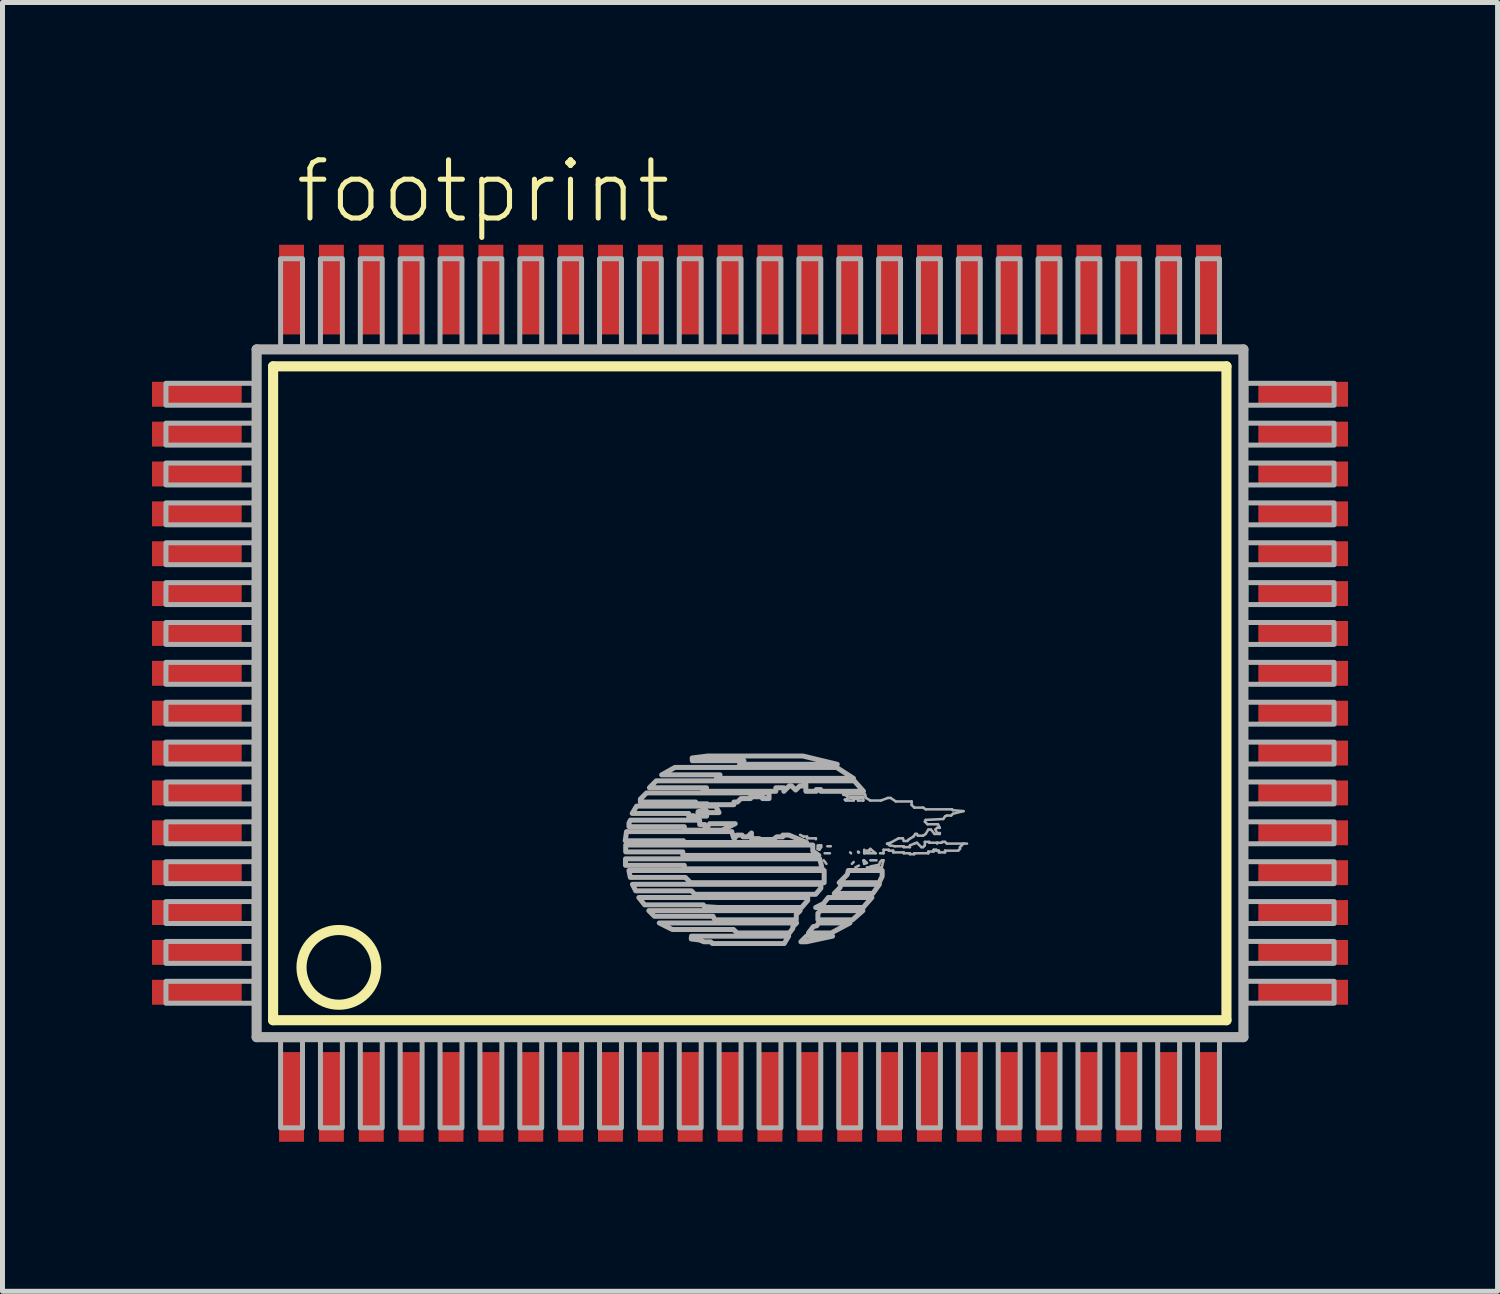
<source format=kicad_pcb>
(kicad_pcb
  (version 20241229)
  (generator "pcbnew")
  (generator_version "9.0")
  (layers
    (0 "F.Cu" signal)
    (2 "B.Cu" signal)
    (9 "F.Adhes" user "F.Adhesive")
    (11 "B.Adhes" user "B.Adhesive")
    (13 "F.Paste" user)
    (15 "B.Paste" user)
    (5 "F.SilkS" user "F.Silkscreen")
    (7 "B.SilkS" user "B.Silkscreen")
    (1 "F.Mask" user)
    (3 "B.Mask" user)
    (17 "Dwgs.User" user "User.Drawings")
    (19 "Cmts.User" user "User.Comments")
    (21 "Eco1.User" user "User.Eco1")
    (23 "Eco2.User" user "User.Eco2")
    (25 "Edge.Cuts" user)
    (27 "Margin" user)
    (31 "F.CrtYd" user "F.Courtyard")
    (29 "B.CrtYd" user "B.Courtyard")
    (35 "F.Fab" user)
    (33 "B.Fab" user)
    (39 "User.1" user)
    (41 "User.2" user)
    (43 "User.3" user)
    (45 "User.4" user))
  (footprint "footprint"
    (layer "F.Cu")
    (at 12 10.861)
    (property "Reference" "footprint" (at -9.176 -9.388 0) (layer "F.SilkS") (effects (font (size 1.168 1.168) (thickness 0.102)) (justify left bottom)))
    (fp_line (start -9.57 -6.56) (end 9.56 -6.56) (stroke (width 0.203) (type solid)) (layer "F.SilkS"))
    (fp_line (start -9.57 6.56) (end -9.57 -6.56) (stroke (width 0.203) (type solid)) (layer "F.SilkS"))
    (fp_line (start 9.56 -6.56) (end 9.56 6.56) (stroke (width 0.203) (type solid)) (layer "F.SilkS"))
    (fp_line (start 9.56 6.56) (end -9.57 6.56) (stroke (width 0.203) (type solid)) (layer "F.SilkS"))
    (fp_circle (center -8.25 5.5) (end -7.5 5.5) (stroke (width 0.203) (type solid)) (fill no) (layer "F.SilkS"))
    (fp_line (start -9.9 -6.9) (end -9.9 6.9) (stroke (width 0.203) (type solid)) (layer "F.Fab"))
    (fp_line (start -9.9 6.9) (end 9.9 6.9) (stroke (width 0.203) (type solid)) (layer "F.Fab"))
    (fp_line (start 1.075 2.876) (end 1.004 2.841) (stroke (width 0.051) (type solid)) (layer "F.Fab"))
    (fp_line (start 1.145 2.876) (end 1.075 2.876) (stroke (width 0.051) (type solid)) (layer "F.Fab"))
    (fp_line (start 1.145 2.911) (end 1.145 2.876) (stroke (width 0.051) (type solid)) (layer "F.Fab"))
    (fp_line (start 1.321 2.911) (end 1.145 2.911) (stroke (width 0.051) (type solid)) (layer "F.Fab"))
    (fp_line (start 1.321 2.929) (end 1.321 2.911) (stroke (width 0.051) (type solid)) (layer "F.Fab"))
    (fp_line (start 1.357 3.052) (end 1.357 3.123) (stroke (width 0.051) (type solid)) (layer "F.Fab"))
    (fp_line (start 1.357 3.123) (end 1.392 3.14) (stroke (width 0.051) (type solid)) (layer "F.Fab"))
    (fp_line (start 1.392 3.052) (end 1.392 3.07) (stroke (width 0.051) (type solid)) (layer "F.Fab"))
    (fp_line (start 1.392 3.14) (end 1.427 3.088) (stroke (width 0.051) (type solid)) (layer "F.Fab"))
    (fp_line (start 1.427 3.052) (end 1.392 3.052) (stroke (width 0.051) (type solid)) (layer "F.Fab"))
    (fp_line (start 1.427 3.088) (end 1.427 3.052) (stroke (width 0.051) (type solid)) (layer "F.Fab"))
    (fp_line (start 1.48 3.352) (end 1.533 3.423) (stroke (width 0.051) (type solid)) (layer "F.Fab"))
    (fp_line (start 1.498 3.211) (end 1.603 3.211) (stroke (width 0.051) (type solid)) (layer "F.Fab"))
    (fp_line (start 1.551 3.07) (end 1.621 3.07) (stroke (width 0.051) (type solid)) (layer "F.Fab"))
    (fp_line (start 1.868 2.03) (end 1.956 2.065) (stroke (width 0.051) (type solid)) (layer "F.Fab"))
    (fp_line (start 1.903 2.135) (end 1.921 2.153) (stroke (width 0.051) (type solid)) (layer "F.Fab"))
    (fp_line (start 1.921 2.153) (end 2.08 2.153) (stroke (width 0.051) (type solid)) (layer "F.Fab"))
    (fp_line (start 1.956 2.065) (end 1.956 2.118) (stroke (width 0.051) (type solid)) (layer "F.Fab"))
    (fp_line (start 1.956 2.118) (end 1.903 2.135) (stroke (width 0.051) (type solid)) (layer "F.Fab"))
    (fp_line (start 2.009 2.083) (end 2.009 2.1) (stroke (width 0.051) (type solid)) (layer "F.Fab"))
    (fp_line (start 2.009 2.1) (end 2.238 2.1) (stroke (width 0.051) (type solid)) (layer "F.Fab"))
    (fp_line (start 2.009 3.193) (end 2.027 3.211) (stroke (width 0.051) (type solid)) (layer "F.Fab"))
    (fp_line (start 2.08 2.118) (end 2.168 2.118) (stroke (width 0.051) (type solid)) (layer "F.Fab"))
    (fp_line (start 2.08 2.153) (end 2.08 2.118) (stroke (width 0.051) (type solid)) (layer "F.Fab"))
    (fp_line (start 2.08 3.387) (end 2.044 3.423) (stroke (width 0.051) (type solid)) (layer "F.Fab"))
    (fp_line (start 2.115 3.493) (end 2.185 3.458) (stroke (width 0.051) (type solid)) (layer "F.Fab"))
    (fp_line (start 2.168 2.118) (end 2.168 2.153) (stroke (width 0.051) (type solid)) (layer "F.Fab"))
    (fp_line (start 2.168 2.153) (end 2.273 2.153) (stroke (width 0.051) (type solid)) (layer "F.Fab"))
    (fp_line (start 2.168 3.176) (end 2.185 3.193) (stroke (width 0.051) (type solid)) (layer "F.Fab"))
    (fp_line (start 2.185 3.193) (end 2.168 3.193) (stroke (width 0.051) (type solid)) (layer "F.Fab"))
    (fp_line (start 2.273 2.083) (end 2.009 2.083) (stroke (width 0.051) (type solid)) (layer "F.Fab"))
    (fp_line (start 2.273 2.153) (end 2.273 2.083) (stroke (width 0.051) (type solid)) (layer "F.Fab"))
    (fp_line (start 2.273 3.352) (end 2.291 3.423) (stroke (width 0.051) (type solid)) (layer "F.Fab"))
    (fp_line (start 2.291 3.14) (end 2.291 3.211) (stroke (width 0.051) (type solid)) (layer "F.Fab"))
    (fp_line (start 2.291 3.211) (end 2.52 3.211) (stroke (width 0.051) (type solid)) (layer "F.Fab"))
    (fp_line (start 2.291 3.423) (end 2.344 3.405) (stroke (width 0.051) (type solid)) (layer "F.Fab"))
    (fp_line (start 2.309 2.03) (end 1.868 2.03) (stroke (width 0.051) (type solid)) (layer "F.Fab"))
    (fp_line (start 2.326 2.1) (end 2.309 2.03) (stroke (width 0.051) (type solid)) (layer "F.Fab"))
    (fp_line (start 2.344 3.405) (end 2.291 3.352) (stroke (width 0.051) (type solid)) (layer "F.Fab"))
    (fp_line (start 2.344 3.493) (end 2.644 3.493) (stroke (width 0.051) (type solid)) (layer "F.Fab"))
    (fp_line (start 2.397 3.14) (end 2.397 3.158) (stroke (width 0.051) (type solid)) (layer "F.Fab"))
    (fp_line (start 2.397 3.158) (end 2.326 3.158) (stroke (width 0.051) (type solid)) (layer "F.Fab"))
    (fp_line (start 2.415 2.153) (end 2.326 2.1) (stroke (width 0.051) (type solid)) (layer "F.Fab"))
    (fp_line (start 2.415 3.123) (end 2.397 3.14) (stroke (width 0.051) (type solid)) (layer "F.Fab"))
    (fp_line (start 2.415 3.352) (end 2.538 3.352) (stroke (width 0.051) (type solid)) (layer "F.Fab"))
    (fp_line (start 2.52 3.211) (end 2.415 3.123) (stroke (width 0.051) (type solid)) (layer "F.Fab"))
    (fp_line (start 2.591 3.44) (end 2.415 3.475) (stroke (width 0.051) (type solid)) (layer "F.Fab"))
    (fp_line (start 2.608 3.211) (end 2.679 3.211) (stroke (width 0.051) (type solid)) (layer "F.Fab"))
    (fp_line (start 2.608 3.387) (end 2.591 3.44) (stroke (width 0.051) (type solid)) (layer "F.Fab"))
    (fp_line (start 2.626 2.153) (end 2.415 2.153) (stroke (width 0.051) (type solid)) (layer "F.Fab"))
    (fp_line (start 2.644 3.352) (end 2.608 3.387) (stroke (width 0.051) (type solid)) (layer "F.Fab"))
    (fp_line (start 2.644 3.493) (end 2.679 3.352) (stroke (width 0.051) (type solid)) (layer "F.Fab"))
    (fp_line (start 2.679 3.14) (end 2.785 3.14) (stroke (width 0.051) (type solid)) (layer "F.Fab"))
    (fp_line (start 2.679 3.211) (end 2.679 3.14) (stroke (width 0.051) (type solid)) (layer "F.Fab"))
    (fp_line (start 2.679 3.352) (end 2.644 3.352) (stroke (width 0.051) (type solid)) (layer "F.Fab"))
    (fp_line (start 2.75 3.017) (end 2.82 2.999) (stroke (width 0.051) (type solid)) (layer "F.Fab"))
    (fp_line (start 2.767 2.1) (end 2.626 2.153) (stroke (width 0.051) (type solid)) (layer "F.Fab"))
    (fp_line (start 2.785 3.14) (end 2.785 3.158) (stroke (width 0.051) (type solid)) (layer "F.Fab"))
    (fp_line (start 2.785 3.158) (end 2.873 3.158) (stroke (width 0.051) (type solid)) (layer "F.Fab"))
    (fp_line (start 2.803 3.052) (end 2.75 3.017) (stroke (width 0.051) (type solid)) (layer "F.Fab"))
    (fp_line (start 2.82 2.1) (end 2.767 2.1) (stroke (width 0.051) (type solid)) (layer "F.Fab"))
    (fp_line (start 2.82 2.999) (end 2.979 2.911) (stroke (width 0.051) (type solid)) (layer "F.Fab"))
    (fp_line (start 2.873 3.158) (end 2.873 3.193) (stroke (width 0.051) (type solid)) (layer "F.Fab"))
    (fp_line (start 2.873 3.193) (end 3.085 3.193) (stroke (width 0.051) (type solid)) (layer "F.Fab"))
    (fp_line (start 2.908 3.07) (end 2.803 3.052) (stroke (width 0.051) (type solid)) (layer "F.Fab"))
    (fp_line (start 2.926 2.171) (end 2.82 2.1) (stroke (width 0.051) (type solid)) (layer "F.Fab"))
    (fp_line (start 2.979 2.911) (end 3.067 2.911) (stroke (width 0.051) (type solid)) (layer "F.Fab"))
    (fp_line (start 3.067 2.911) (end 3.085 2.964) (stroke (width 0.051) (type solid)) (layer "F.Fab"))
    (fp_line (start 3.085 2.964) (end 3.155 2.964) (stroke (width 0.051) (type solid)) (layer "F.Fab"))
    (fp_line (start 3.085 3.07) (end 2.908 3.07) (stroke (width 0.051) (type solid)) (layer "F.Fab"))
    (fp_line (start 3.085 3.088) (end 3.085 3.07) (stroke (width 0.051) (type solid)) (layer "F.Fab"))
    (fp_line (start 3.085 3.193) (end 3.085 3.211) (stroke (width 0.051) (type solid)) (layer "F.Fab"))
    (fp_line (start 3.085 3.211) (end 3.208 3.211) (stroke (width 0.051) (type solid)) (layer "F.Fab"))
    (fp_line (start 3.155 2.964) (end 3.19 2.929) (stroke (width 0.051) (type solid)) (layer "F.Fab"))
    (fp_line (start 3.19 2.929) (end 3.279 2.876) (stroke (width 0.051) (type solid)) (layer "F.Fab"))
    (fp_line (start 3.208 3.052) (end 3.208 3.088) (stroke (width 0.051) (type solid)) (layer "F.Fab"))
    (fp_line (start 3.208 3.088) (end 3.085 3.088) (stroke (width 0.051) (type solid)) (layer "F.Fab"))
    (fp_line (start 3.208 3.211) (end 3.208 3.229) (stroke (width 0.051) (type solid)) (layer "F.Fab"))
    (fp_line (start 3.208 3.229) (end 3.296 3.229) (stroke (width 0.051) (type solid)) (layer "F.Fab"))
    (fp_line (start 3.243 2.171) (end 2.926 2.171) (stroke (width 0.051) (type solid)) (layer "F.Fab"))
    (fp_line (start 3.243 2.241) (end 3.243 2.171) (stroke (width 0.051) (type solid)) (layer "F.Fab"))
    (fp_line (start 3.279 2.876) (end 3.314 2.823) (stroke (width 0.051) (type solid)) (layer "F.Fab"))
    (fp_line (start 3.296 2.294) (end 3.243 2.241) (stroke (width 0.051) (type solid)) (layer "F.Fab"))
    (fp_line (start 3.296 3.017) (end 3.208 3.052) (stroke (width 0.051) (type solid)) (layer "F.Fab"))
    (fp_line (start 3.296 3.211) (end 3.578 3.211) (stroke (width 0.051) (type solid)) (layer "F.Fab"))
    (fp_line (start 3.296 3.229) (end 3.296 3.211) (stroke (width 0.051) (type solid)) (layer "F.Fab"))
    (fp_line (start 3.314 2.823) (end 3.349 2.823) (stroke (width 0.051) (type solid)) (layer "F.Fab"))
    (fp_line (start 3.349 2.823) (end 3.367 2.858) (stroke (width 0.051) (type solid)) (layer "F.Fab"))
    (fp_line (start 3.349 2.999) (end 3.296 3.017) (stroke (width 0.051) (type solid)) (layer "F.Fab"))
    (fp_line (start 3.367 2.858) (end 3.473 2.858) (stroke (width 0.051) (type solid)) (layer "F.Fab"))
    (fp_line (start 3.437 3.088) (end 3.349 2.999) (stroke (width 0.051) (type solid)) (layer "F.Fab"))
    (fp_line (start 3.473 2.294) (end 3.296 2.294) (stroke (width 0.051) (type solid)) (layer "F.Fab"))
    (fp_line (start 3.473 2.858) (end 3.525 2.823) (stroke (width 0.051) (type solid)) (layer "F.Fab"))
    (fp_line (start 3.473 3.088) (end 3.437 3.088) (stroke (width 0.051) (type solid)) (layer "F.Fab"))
    (fp_line (start 3.508 2.576) (end 3.525 2.541) (stroke (width 0.051) (type solid)) (layer "F.Fab"))
    (fp_line (start 3.508 2.982) (end 3.508 3.052) (stroke (width 0.051) (type solid)) (layer "F.Fab"))
    (fp_line (start 3.508 3.052) (end 3.473 3.088) (stroke (width 0.051) (type solid)) (layer "F.Fab"))
    (fp_line (start 3.525 2.329) (end 3.473 2.294) (stroke (width 0.051) (type solid)) (layer "F.Fab"))
    (fp_line (start 3.525 2.541) (end 3.878 2.523) (stroke (width 0.051) (type solid)) (layer "F.Fab"))
    (fp_line (start 3.525 2.823) (end 3.578 2.735) (stroke (width 0.051) (type solid)) (layer "F.Fab"))
    (fp_line (start 3.561 2.629) (end 3.508 2.576) (stroke (width 0.051) (type solid)) (layer "F.Fab"))
    (fp_line (start 3.578 2.735) (end 3.631 2.735) (stroke (width 0.051) (type solid)) (layer "F.Fab"))
    (fp_line (start 3.578 3.176) (end 3.684 3.176) (stroke (width 0.051) (type solid)) (layer "F.Fab"))
    (fp_line (start 3.578 3.211) (end 3.578 3.176) (stroke (width 0.051) (type solid)) (layer "F.Fab"))
    (fp_line (start 3.596 2.982) (end 3.508 2.982) (stroke (width 0.051) (type solid)) (layer "F.Fab"))
    (fp_line (start 3.596 2.999) (end 3.596 2.982) (stroke (width 0.051) (type solid)) (layer "F.Fab"))
    (fp_line (start 3.631 2.735) (end 3.702 2.823) (stroke (width 0.051) (type solid)) (layer "F.Fab"))
    (fp_line (start 3.684 3.14) (end 3.737 3.14) (stroke (width 0.051) (type solid)) (layer "F.Fab"))
    (fp_line (start 3.684 3.176) (end 3.684 3.14) (stroke (width 0.051) (type solid)) (layer "F.Fab"))
    (fp_line (start 3.702 2.823) (end 3.808 2.823) (stroke (width 0.051) (type solid)) (layer "F.Fab"))
    (fp_line (start 3.719 2.735) (end 3.755 2.7) (stroke (width 0.051) (type solid)) (layer "F.Fab"))
    (fp_line (start 3.737 3.14) (end 3.737 3.158) (stroke (width 0.051) (type solid)) (layer "F.Fab"))
    (fp_line (start 3.737 3.158) (end 3.79 3.158) (stroke (width 0.051) (type solid)) (layer "F.Fab"))
    (fp_line (start 3.755 2.7) (end 3.808 2.7) (stroke (width 0.051) (type solid)) (layer "F.Fab"))
    (fp_line (start 3.755 2.805) (end 3.719 2.735) (stroke (width 0.051) (type solid)) (layer "F.Fab"))
    (fp_line (start 3.755 2.999) (end 3.596 2.999) (stroke (width 0.051) (type solid)) (layer "F.Fab"))
    (fp_line (start 3.755 3.017) (end 3.755 2.999) (stroke (width 0.051) (type solid)) (layer "F.Fab"))
    (fp_line (start 3.772 2.629) (end 3.561 2.629) (stroke (width 0.051) (type solid)) (layer "F.Fab"))
    (fp_line (start 3.79 3.158) (end 3.79 3.193) (stroke (width 0.051) (type solid)) (layer "F.Fab"))
    (fp_line (start 3.79 3.193) (end 3.913 3.193) (stroke (width 0.051) (type solid)) (layer "F.Fab"))
    (fp_line (start 3.808 2.7) (end 3.772 2.629) (stroke (width 0.051) (type solid)) (layer "F.Fab"))
    (fp_line (start 3.808 2.805) (end 3.755 2.805) (stroke (width 0.051) (type solid)) (layer "F.Fab"))
    (fp_line (start 3.808 2.823) (end 3.808 2.805) (stroke (width 0.051) (type solid)) (layer "F.Fab"))
    (fp_line (start 3.843 2.999) (end 3.755 2.999) (stroke (width 0.051) (type solid)) (layer "F.Fab"))
    (fp_line (start 3.86 2.982) (end 3.843 2.999) (stroke (width 0.051) (type solid)) (layer "F.Fab"))
    (fp_line (start 3.878 2.523) (end 3.913 2.47) (stroke (width 0.051) (type solid)) (layer "F.Fab"))
    (fp_line (start 3.913 2.47) (end 3.949 2.453) (stroke (width 0.051) (type solid)) (layer "F.Fab"))
    (fp_line (start 3.913 2.982) (end 3.86 2.982) (stroke (width 0.051) (type solid)) (layer "F.Fab"))
    (fp_line (start 3.913 3.158) (end 4.178 3.158) (stroke (width 0.051) (type solid)) (layer "F.Fab"))
    (fp_line (start 3.913 3.193) (end 3.913 3.158) (stroke (width 0.051) (type solid)) (layer "F.Fab"))
    (fp_line (start 3.949 2.453) (end 4.037 2.453) (stroke (width 0.051) (type solid)) (layer "F.Fab"))
    (fp_line (start 3.949 3.017) (end 3.913 2.982) (stroke (width 0.051) (type solid)) (layer "F.Fab"))
    (fp_line (start 4.037 2.453) (end 4.072 2.418) (stroke (width 0.051) (type solid)) (layer "F.Fab"))
    (fp_line (start 4.054 2.329) (end 3.525 2.329) (stroke (width 0.051) (type solid)) (layer "F.Fab"))
    (fp_line (start 4.072 2.347) (end 4.054 2.329) (stroke (width 0.051) (type solid)) (layer "F.Fab"))
    (fp_line (start 4.072 2.418) (end 4.284 2.365) (stroke (width 0.051) (type solid)) (layer "F.Fab"))
    (fp_line (start 4.178 3.158) (end 4.213 3.123) (stroke (width 0.051) (type solid)) (layer "F.Fab"))
    (fp_line (start 4.213 3.088) (end 4.248 3.052) (stroke (width 0.051) (type solid)) (layer "F.Fab"))
    (fp_line (start 4.213 3.123) (end 4.213 3.088) (stroke (width 0.051) (type solid)) (layer "F.Fab"))
    (fp_line (start 4.248 3.052) (end 4.284 3.017) (stroke (width 0.051) (type solid)) (layer "F.Fab"))
    (fp_line (start 4.284 2.365) (end 4.072 2.347) (stroke (width 0.051) (type solid)) (layer "F.Fab"))
    (fp_line (start 4.284 3.017) (end 3.949 3.017) (stroke (width 0.051) (type solid)) (layer "F.Fab"))
    (fp_line (start 4.284 3.017) (end 4.354 3.017) (stroke (width 0.051) (type solid)) (layer "F.Fab"))
    (fp_line (start 9.9 -6.9) (end -9.9 -6.9) (stroke (width 0.203) (type solid)) (layer "F.Fab"))
    (fp_line (start 9.9 6.9) (end 9.9 -6.9) (stroke (width 0.203) (type solid)) (layer "F.Fab"))
    (fp_poly (pts (xy -11.72 -5.78) (xy -9.95 -5.78) (xy -9.95 -6.22) (xy -11.72 -6.22)) (stroke (width 0.1) (type solid)) (fill no) (layer "F.Fab"))
    (fp_poly (pts (xy -11.72 -4.98) (xy -9.95 -4.98) (xy -9.95 -5.42) (xy -11.72 -5.42)) (stroke (width 0.1) (type solid)) (fill no) (layer "F.Fab"))
    (fp_poly (pts (xy -11.72 -4.18) (xy -9.95 -4.18) (xy -9.95 -4.62) (xy -11.72 -4.62)) (stroke (width 0.1) (type solid)) (fill no) (layer "F.Fab"))
    (fp_poly (pts (xy -11.72 -3.38) (xy -9.95 -3.38) (xy -9.95 -3.82) (xy -11.72 -3.82)) (stroke (width 0.1) (type solid)) (fill no) (layer "F.Fab"))
    (fp_poly (pts (xy -11.72 -2.58) (xy -9.95 -2.58) (xy -9.95 -3.02) (xy -11.72 -3.02)) (stroke (width 0.1) (type solid)) (fill no) (layer "F.Fab"))
    (fp_poly (pts (xy -11.72 -1.78) (xy -9.95 -1.78) (xy -9.95 -2.22) (xy -11.72 -2.22)) (stroke (width 0.1) (type solid)) (fill no) (layer "F.Fab"))
    (fp_poly (pts (xy -11.72 -0.98) (xy -9.95 -0.98) (xy -9.95 -1.42) (xy -11.72 -1.42)) (stroke (width 0.1) (type solid)) (fill no) (layer "F.Fab"))
    (fp_poly (pts (xy -11.72 -0.18) (xy -9.95 -0.18) (xy -9.95 -0.62) (xy -11.72 -0.62)) (stroke (width 0.1) (type solid)) (fill no) (layer "F.Fab"))
    (fp_poly (pts (xy -11.72 0.62) (xy -9.95 0.62) (xy -9.95 0.18) (xy -11.72 0.18)) (stroke (width 0.1) (type solid)) (fill no) (layer "F.Fab"))
    (fp_poly (pts (xy -11.72 1.42) (xy -9.95 1.42) (xy -9.95 0.98) (xy -11.72 0.98)) (stroke (width 0.1) (type solid)) (fill no) (layer "F.Fab"))
    (fp_poly (pts (xy -11.72 2.22) (xy -9.95 2.22) (xy -9.95 1.78) (xy -11.72 1.78)) (stroke (width 0.1) (type solid)) (fill no) (layer "F.Fab"))
    (fp_poly (pts (xy -11.72 3.02) (xy -9.95 3.02) (xy -9.95 2.58) (xy -11.72 2.58)) (stroke (width 0.1) (type solid)) (fill no) (layer "F.Fab"))
    (fp_poly (pts (xy -11.72 3.82) (xy -9.95 3.82) (xy -9.95 3.38) (xy -11.72 3.38)) (stroke (width 0.1) (type solid)) (fill no) (layer "F.Fab"))
    (fp_poly (pts (xy -11.72 4.62) (xy -9.95 4.62) (xy -9.95 4.18) (xy -11.72 4.18)) (stroke (width 0.1) (type solid)) (fill no) (layer "F.Fab"))
    (fp_poly (pts (xy -11.72 5.42) (xy -9.95 5.42) (xy -9.95 4.98) (xy -11.72 4.98)) (stroke (width 0.1) (type solid)) (fill no) (layer "F.Fab"))
    (fp_poly (pts (xy -11.72 6.22) (xy -9.95 6.22) (xy -9.95 5.78) (xy -11.72 5.78)) (stroke (width 0.1) (type solid)) (fill no) (layer "F.Fab"))
    (fp_poly (pts (xy -9.42 -6.95) (xy -8.98 -6.95) (xy -8.98 -8.72) (xy -9.42 -8.72)) (stroke (width 0.1) (type solid)) (fill no) (layer "F.Fab"))
    (fp_poly (pts (xy -9.42 8.72) (xy -8.98 8.72) (xy -8.98 6.95) (xy -9.42 6.95)) (stroke (width 0.1) (type solid)) (fill no) (layer "F.Fab"))
    (fp_poly (pts (xy -8.62 -6.95) (xy -8.18 -6.95) (xy -8.18 -8.72) (xy -8.62 -8.72)) (stroke (width 0.1) (type solid)) (fill no) (layer "F.Fab"))
    (fp_poly (pts (xy -8.62 8.72) (xy -8.18 8.72) (xy -8.18 6.95) (xy -8.62 6.95)) (stroke (width 0.1) (type solid)) (fill no) (layer "F.Fab"))
    (fp_poly (pts (xy -7.82 -6.95) (xy -7.38 -6.95) (xy -7.38 -8.72) (xy -7.82 -8.72)) (stroke (width 0.1) (type solid)) (fill no) (layer "F.Fab"))
    (fp_poly (pts (xy -7.82 8.72) (xy -7.38 8.72) (xy -7.38 6.95) (xy -7.82 6.95)) (stroke (width 0.1) (type solid)) (fill no) (layer "F.Fab"))
    (fp_poly (pts (xy -7.02 -6.95) (xy -6.58 -6.95) (xy -6.58 -8.72) (xy -7.02 -8.72)) (stroke (width 0.1) (type solid)) (fill no) (layer "F.Fab"))
    (fp_poly (pts (xy -7.02 8.72) (xy -6.58 8.72) (xy -6.58 6.95) (xy -7.02 6.95)) (stroke (width 0.1) (type solid)) (fill no) (layer "F.Fab"))
    (fp_poly (pts (xy -6.22 -6.95) (xy -5.78 -6.95) (xy -5.78 -8.72) (xy -6.22 -8.72)) (stroke (width 0.1) (type solid)) (fill no) (layer "F.Fab"))
    (fp_poly (pts (xy -6.22 8.72) (xy -5.78 8.72) (xy -5.78 6.95) (xy -6.22 6.95)) (stroke (width 0.1) (type solid)) (fill no) (layer "F.Fab"))
    (fp_poly (pts (xy -5.42 -6.95) (xy -4.98 -6.95) (xy -4.98 -8.72) (xy -5.42 -8.72)) (stroke (width 0.1) (type solid)) (fill no) (layer "F.Fab"))
    (fp_poly (pts (xy -5.42 8.72) (xy -4.98 8.72) (xy -4.98 6.95) (xy -5.42 6.95)) (stroke (width 0.1) (type solid)) (fill no) (layer "F.Fab"))
    (fp_poly (pts (xy -4.62 -6.95) (xy -4.18 -6.95) (xy -4.18 -8.72) (xy -4.62 -8.72)) (stroke (width 0.1) (type solid)) (fill no) (layer "F.Fab"))
    (fp_poly (pts (xy -4.62 8.72) (xy -4.18 8.72) (xy -4.18 6.95) (xy -4.62 6.95)) (stroke (width 0.1) (type solid)) (fill no) (layer "F.Fab"))
    (fp_poly (pts (xy -3.82 -6.95) (xy -3.38 -6.95) (xy -3.38 -8.72) (xy -3.82 -8.72)) (stroke (width 0.1) (type solid)) (fill no) (layer "F.Fab"))
    (fp_poly (pts (xy -3.82 8.72) (xy -3.38 8.72) (xy -3.38 6.95) (xy -3.82 6.95)) (stroke (width 0.1) (type solid)) (fill no) (layer "F.Fab"))
    (fp_poly (pts (xy -3.02 -6.95) (xy -2.58 -6.95) (xy -2.58 -8.72) (xy -3.02 -8.72)) (stroke (width 0.1) (type solid)) (fill no) (layer "F.Fab"))
    (fp_poly (pts (xy -3.02 8.72) (xy -2.58 8.72) (xy -2.58 6.95) (xy -3.02 6.95)) (stroke (width 0.1) (type solid)) (fill no) (layer "F.Fab"))
    (fp_poly (pts (xy -2.22 -6.95) (xy -1.78 -6.95) (xy -1.78 -8.72) (xy -2.22 -8.72)) (stroke (width 0.1) (type solid)) (fill no) (layer "F.Fab"))
    (fp_poly (pts (xy -2.22 8.72) (xy -1.78 8.72) (xy -1.78 6.95) (xy -2.22 6.95)) (stroke (width 0.1) (type solid)) (fill no) (layer "F.Fab"))
    (fp_poly (pts (xy -1.42 -6.95) (xy -0.98 -6.95) (xy -0.98 -8.72) (xy -1.42 -8.72)) (stroke (width 0.1) (type solid)) (fill no) (layer "F.Fab"))
    (fp_poly (pts (xy -1.42 8.72) (xy -0.98 8.72) (xy -0.98 6.95) (xy -1.42 6.95)) (stroke (width 0.1) (type solid)) (fill no) (layer "F.Fab"))
    (fp_poly (pts (xy -0.62 -6.95) (xy -0.18 -6.95) (xy -0.18 -8.72) (xy -0.62 -8.72)) (stroke (width 0.1) (type solid)) (fill no) (layer "F.Fab"))
    (fp_poly (pts (xy -0.62 8.72) (xy -0.18 8.72) (xy -0.18 6.95) (xy -0.62 6.95)) (stroke (width 0.1) (type solid)) (fill no) (layer "F.Fab"))
    (fp_poly (pts (xy 0.18 -6.95) (xy 0.62 -6.95) (xy 0.62 -8.72) (xy 0.18 -8.72)) (stroke (width 0.1) (type solid)) (fill no) (layer "F.Fab"))
    (fp_poly (pts (xy 0.18 8.72) (xy 0.62 8.72) (xy 0.62 6.95) (xy 0.18 6.95)) (stroke (width 0.1) (type solid)) (fill no) (layer "F.Fab"))
    (fp_poly (pts (xy 0.98 -6.95) (xy 1.42 -6.95) (xy 1.42 -8.72) (xy 0.98 -8.72)) (stroke (width 0.1) (type solid)) (fill no) (layer "F.Fab"))
    (fp_poly (pts (xy 0.98 8.72) (xy 1.42 8.72) (xy 1.42 6.95) (xy 0.98 6.95)) (stroke (width 0.1) (type solid)) (fill no) (layer "F.Fab"))
    (fp_poly (pts (xy 1.131 4.987) (xy 1.02 4.987) (xy 1.133 4.874) (xy 1.657 4.874)) (stroke (width 0.1) (type solid)) (fill no) (layer "F.Fab"))
    (fp_poly (pts (xy 1.78 -6.95) (xy 2.22 -6.95) (xy 2.22 -8.72) (xy 1.78 -8.72)) (stroke (width 0.1) (type solid)) (fill no) (layer "F.Fab"))
    (fp_poly (pts (xy 1.78 8.72) (xy 2.22 8.72) (xy 2.22 6.95) (xy 1.78 6.95)) (stroke (width 0.1) (type solid)) (fill no) (layer "F.Fab"))
    (fp_poly (pts (xy 2.58 -6.95) (xy 3.02 -6.95) (xy 3.02 -8.72) (xy 2.58 -8.72)) (stroke (width 0.1) (type solid)) (fill no) (layer "F.Fab"))
    (fp_poly (pts (xy 2.58 8.72) (xy 3.02 8.72) (xy 3.02 6.95) (xy 2.58 6.95)) (stroke (width 0.1) (type solid)) (fill no) (layer "F.Fab"))
    (fp_poly (pts (xy 3.38 -6.95) (xy 3.82 -6.95) (xy 3.82 -8.72) (xy 3.38 -8.72)) (stroke (width 0.1) (type solid)) (fill no) (layer "F.Fab"))
    (fp_poly (pts (xy 3.38 8.72) (xy 3.82 8.72) (xy 3.82 6.95) (xy 3.38 6.95)) (stroke (width 0.1) (type solid)) (fill no) (layer "F.Fab"))
    (fp_poly (pts (xy 4.18 -6.95) (xy 4.62 -6.95) (xy 4.62 -8.72) (xy 4.18 -8.72)) (stroke (width 0.1) (type solid)) (fill no) (layer "F.Fab"))
    (fp_poly (pts (xy 4.18 8.72) (xy 4.62 8.72) (xy 4.62 6.95) (xy 4.18 6.95)) (stroke (width 0.1) (type solid)) (fill no) (layer "F.Fab"))
    (fp_poly (pts (xy 4.98 -6.95) (xy 5.42 -6.95) (xy 5.42 -8.72) (xy 4.98 -8.72)) (stroke (width 0.1) (type solid)) (fill no) (layer "F.Fab"))
    (fp_poly (pts (xy 4.98 8.72) (xy 5.42 8.72) (xy 5.42 6.95) (xy 4.98 6.95)) (stroke (width 0.1) (type solid)) (fill no) (layer "F.Fab"))
    (fp_poly (pts (xy 5.78 -6.95) (xy 6.22 -6.95) (xy 6.22 -8.72) (xy 5.78 -8.72)) (stroke (width 0.1) (type solid)) (fill no) (layer "F.Fab"))
    (fp_poly (pts (xy 5.78 8.72) (xy 6.22 8.72) (xy 6.22 6.95) (xy 5.78 6.95)) (stroke (width 0.1) (type solid)) (fill no) (layer "F.Fab"))
    (fp_poly (pts (xy 6.58 -6.95) (xy 7.02 -6.95) (xy 7.02 -8.72) (xy 6.58 -8.72)) (stroke (width 0.1) (type solid)) (fill no) (layer "F.Fab"))
    (fp_poly (pts (xy 6.58 8.72) (xy 7.02 8.72) (xy 7.02 6.95) (xy 6.58 6.95)) (stroke (width 0.1) (type solid)) (fill no) (layer "F.Fab"))
    (fp_poly (pts (xy 7.38 -6.95) (xy 7.82 -6.95) (xy 7.82 -8.72) (xy 7.38 -8.72)) (stroke (width 0.1) (type solid)) (fill no) (layer "F.Fab"))
    (fp_poly (pts (xy 7.38 8.72) (xy 7.82 8.72) (xy 7.82 6.95) (xy 7.38 6.95)) (stroke (width 0.1) (type solid)) (fill no) (layer "F.Fab"))
    (fp_poly (pts (xy 8.18 -6.95) (xy 8.62 -6.95) (xy 8.62 -8.72) (xy 8.18 -8.72)) (stroke (width 0.1) (type solid)) (fill no) (layer "F.Fab"))
    (fp_poly (pts (xy 8.18 8.72) (xy 8.62 8.72) (xy 8.62 6.95) (xy 8.18 6.95)) (stroke (width 0.1) (type solid)) (fill no) (layer "F.Fab"))
    (fp_poly (pts (xy 8.98 -6.95) (xy 9.42 -6.95) (xy 9.42 -8.72) (xy 8.98 -8.72)) (stroke (width 0.1) (type solid)) (fill no) (layer "F.Fab"))
    (fp_poly (pts (xy 8.98 8.72) (xy 9.42 8.72) (xy 9.42 6.95) (xy 8.98 6.95)) (stroke (width 0.1) (type solid)) (fill no) (layer "F.Fab"))
    (fp_poly (pts (xy 9.95 -5.78) (xy 11.72 -5.78) (xy 11.72 -6.22) (xy 9.95 -6.22)) (stroke (width 0.1) (type solid)) (fill no) (layer "F.Fab"))
    (fp_poly (pts (xy 9.95 -4.98) (xy 11.72 -4.98) (xy 11.72 -5.42) (xy 9.95 -5.42)) (stroke (width 0.1) (type solid)) (fill no) (layer "F.Fab"))
    (fp_poly (pts (xy 9.95 -4.18) (xy 11.72 -4.18) (xy 11.72 -4.62) (xy 9.95 -4.62)) (stroke (width 0.1) (type solid)) (fill no) (layer "F.Fab"))
    (fp_poly (pts (xy 9.95 -3.38) (xy 11.72 -3.38) (xy 11.72 -3.82) (xy 9.95 -3.82)) (stroke (width 0.1) (type solid)) (fill no) (layer "F.Fab"))
    (fp_poly (pts (xy 9.95 -2.58) (xy 11.72 -2.58) (xy 11.72 -3.02) (xy 9.95 -3.02)) (stroke (width 0.1) (type solid)) (fill no) (layer "F.Fab"))
    (fp_poly (pts (xy 9.95 -1.78) (xy 11.72 -1.78) (xy 11.72 -2.22) (xy 9.95 -2.22)) (stroke (width 0.1) (type solid)) (fill no) (layer "F.Fab"))
    (fp_poly (pts (xy 9.95 -0.98) (xy 11.72 -0.98) (xy 11.72 -1.42) (xy 9.95 -1.42)) (stroke (width 0.1) (type solid)) (fill no) (layer "F.Fab"))
    (fp_poly (pts (xy 9.95 -0.18) (xy 11.72 -0.18) (xy 11.72 -0.62) (xy 9.95 -0.62)) (stroke (width 0.1) (type solid)) (fill no) (layer "F.Fab"))
    (fp_poly (pts (xy 9.95 0.62) (xy 11.72 0.62) (xy 11.72 0.18) (xy 9.95 0.18)) (stroke (width 0.1) (type solid)) (fill no) (layer "F.Fab"))
    (fp_poly (pts (xy 9.95 1.42) (xy 11.72 1.42) (xy 11.72 0.98) (xy 9.95 0.98)) (stroke (width 0.1) (type solid)) (fill no) (layer "F.Fab"))
    (fp_poly (pts (xy 9.95 2.22) (xy 11.72 2.22) (xy 11.72 1.78) (xy 9.95 1.78)) (stroke (width 0.1) (type solid)) (fill no) (layer "F.Fab"))
    (fp_poly (pts (xy 9.95 3.02) (xy 11.72 3.02) (xy 11.72 2.58) (xy 9.95 2.58)) (stroke (width 0.1) (type solid)) (fill no) (layer "F.Fab"))
    (fp_poly (pts (xy 9.95 3.82) (xy 11.72 3.82) (xy 11.72 3.38) (xy 9.95 3.38)) (stroke (width 0.1) (type solid)) (fill no) (layer "F.Fab"))
    (fp_poly (pts (xy 9.95 4.62) (xy 11.72 4.62) (xy 11.72 4.18) (xy 9.95 4.18)) (stroke (width 0.1) (type solid)) (fill no) (layer "F.Fab"))
    (fp_poly (pts (xy 9.95 5.42) (xy 11.72 5.42) (xy 11.72 4.98) (xy 9.95 4.98)) (stroke (width 0.1) (type solid)) (fill no) (layer "F.Fab"))
    (fp_poly (pts (xy 9.95 6.22) (xy 11.72 6.22) (xy 11.72 5.78) (xy 9.95 5.78)) (stroke (width 0.1) (type solid)) (fill no) (layer "F.Fab"))
    (fp_poly (pts (xy 2.056 4.546) (xy 1.362 4.546) (xy 1.362 4.415) (xy 1.415 4.362) (xy 2.265 4.362)) (stroke (width 0.1) (type solid)) (fill no) (layer "F.Fab"))
    (fp_poly (pts (xy 2.465 4.017) (xy 1.69 4.017) (xy 1.806 3.9) (xy 1.829 3.833) (xy 2.596 3.833)) (stroke (width 0.1) (type solid)) (fill no) (layer "F.Fab"))
    (fp_poly (pts (xy 1.448 3.523) (xy -1.318 3.523) (xy -1.318 3.453) (xy -2.499 3.453) (xy -2.499 3.322) (xy 1.398 3.322)) (stroke (width 0.1) (type solid)) (fill no) (layer "F.Fab"))
    (fp_poly (pts (xy 1.629 4.81) (xy 1.173 4.81) (xy 1.268 4.683) (xy 1.338 4.666) (xy 1.376 4.609) (xy 2.006 4.609)) (stroke (width 0.1) (type solid)) (fill no) (layer "F.Fab"))
    (fp_poly (pts (xy 2.076 1.707) (xy -0.673 1.707) (xy -0.602 1.637) (xy -1.774 1.637) (xy -1.507 1.488) (xy 1.736 1.488)) (stroke (width 0.1) (type solid)) (fill no) (layer "F.Fab"))
    (fp_poly (pts (xy 2.27 4.299) (xy 1.317 4.299) (xy 1.485 4.215) (xy 1.485 4.205) (xy 1.571 4.098) (xy 2.445 4.098)) (stroke (width 0.1) (type solid)) (fill no) (layer "F.Fab"))
    (fp_poly (pts (xy 2.652 3.675) (xy 2.589 3.801) (xy 1.789 3.801) (xy 1.951 3.639) (xy 1.972 3.556) (xy 2.652 3.556)) (stroke (width 0.1) (type solid)) (fill no) (layer "F.Fab"))
    (fp_poly (pts (xy 0.928 4.44) (xy 0.928 4.546) (xy -0.707 4.546) (xy -0.742 4.475) (xy -1.918 4.475) (xy -2.031 4.362) (xy 1.006 4.362)) (stroke (width 0.1) (type solid)) (fill no) (layer "F.Fab"))
    (fp_poly (pts (xy 1.259 3.163) (xy 1.38 3.254) (xy -1.349 3.254) (xy -1.349 3.183) (xy -2.495 3.183) (xy -2.495 3.045) (xy 1.259 3.045)) (stroke (width 0.1) (type solid)) (fill no) (layer "F.Fab"))
    (fp_poly (pts (xy 1.422 3.91) (xy 1.318 4.034) (xy -1.107 4.034) (xy -1.177 3.964) (xy -2.294 3.964) (xy -2.359 3.833) (xy 1.422 3.833)) (stroke (width 0.1) (type solid)) (fill no) (layer "F.Fab"))
    (fp_poly (pts (xy 1.488 3.801) (xy -1.193 3.801) (xy -1.288 3.705) (xy -1.299 3.695) (xy -2.402 3.695) (xy -2.43 3.556) (xy 1.488 3.556)) (stroke (width 0.1) (type solid)) (fill no) (layer "F.Fab"))
    (fp_poly (pts (xy 1.751 1.425) (xy -0.21 1.425) (xy -0.122 1.354) (xy -1.158 1.354) (xy -1.161 1.298) (xy -0.849 1.259) (xy 1.06 1.259)) (stroke (width 0.1) (type solid)) (fill no) (layer "F.Fab"))
    (fp_poly (pts (xy 0.686 5.022) (xy -0.754 5.022) (xy -0.789 4.987) (xy -0.924 4.987) (xy -1.014 4.951) (xy -1.179 4.93) (xy -1.175 4.874) (xy 0.775 4.874)) (stroke (width 0.1) (type solid)) (fill no) (layer "F.Fab"))
    (fp_poly (pts (xy 0.858 4.687) (xy 0.858 4.72) (xy 0.79 4.81) (xy -0.26 4.81) (xy -0.331 4.74) (xy -1.56 4.74) (xy -1.821 4.609) (xy 0.935 4.609)) (stroke (width 0.1) (type solid)) (fill no) (layer "F.Fab"))
    (fp_poly (pts (xy 1.157 4.157) (xy 1.035 4.299) (xy -0.637 4.299) (xy -0.919 4.28) (xy -0.936 4.246) (xy -2.114 4.246) (xy -2.232 4.098) (xy 1.157 4.098)) (stroke (width 0.1) (type solid)) (fill no) (layer "F.Fab"))
    (fp_poly (pts (xy -1.011 2.634) (xy -0.905 2.634) (xy -0.905 2.67) (xy -0.846 2.67) (xy -0.81 2.617) (xy -0.297 2.617) (xy -0.558 2.747) (xy -1.318 2.747) (xy -1.318 2.677) (xy -2.429 2.677) (xy -2.429 2.604) (xy -2.4 2.546) (xy -1.011 2.546)) (stroke (width 0.1) (type solid)) (fill no) (layer "F.Fab"))
    (fp_poly (pts (xy -0.622 2.395) (xy -0.842 2.395) (xy -0.877 2.359) (xy -0.933 2.359) (xy -1.039 2.374) (xy -1.046 2.388) (xy -0.87 2.388) (xy -0.87 2.465) (xy -1.117 2.465) (xy -1.149 2.454) (xy -1.164 2.483) (xy -1.23 2.483) (xy -1.23 2.412) (xy -2.364 2.412) (xy -2.275 2.264) (xy -0.688 2.264)) (stroke (width 0.1) (type solid)) (fill no) (layer "F.Fab"))
    (fp_poly (pts (xy 0.382 2.113) (xy 0.251 2.113) (xy 0.251 2.077) (xy 0.011 2.077) (xy 0.011 2.077) (xy 0.011 2.113) (xy -0.182 2.113) (xy -0.253 2.183) (xy -0.324 2.183) (xy -0.324 2.183) (xy -0.324 2.236) (xy -0.842 2.236) (xy -0.86 2.218) (xy -1.107 2.218) (xy -1.09 2.183) (xy -2.2 2.183) (xy -2.2 2.123) (xy -2.076 2) (xy 0.382 2)) (stroke (width 0.1) (type solid)) (fill no) (layer "F.Fab"))
    (fp_poly (pts (xy -0.331 2.899) (xy -0.299 2.899) (xy -0.264 2.846) (xy -0.159 2.846) (xy -0.141 2.881) (xy -0.049 2.881) (xy 0.029 2.804) (xy 0.029 2.917) (xy 0.182 2.917) (xy 0.218 2.934) (xy 0.465 2.934) (xy 0.536 2.881) (xy 0.657 2.881) (xy 0.657 2.846) (xy 0.781 2.846) (xy 1.136 2.994) (xy -1.336 2.994) (xy -1.336 2.959) (xy -2.504 2.959) (xy -2.478 2.776) (xy -0.366 2.776)) (stroke (width 0.1) (type solid)) (fill no) (layer "F.Fab"))
    (fp_poly (pts (xy 2.277 1.967) (xy 1.419 1.967) (xy 1.419 1.932) (xy 1.329 1.932) (xy 1.329 1.967) (xy 1.12 1.967) (xy 1.12 1.826) (xy 1.085 1.826) (xy 1.05 1.861) (xy 0.997 1.861) (xy 0.916 1.942) (xy 0.835 1.861) (xy 0.785 1.861) (xy 0.679 1.968) (xy 0.679 1.896) (xy 0.518 1.896) (xy 0.518 1.967) (xy -0.944 1.967) (xy -0.873 1.896) (xy -2.019 1.896) (xy -1.881 1.757) (xy 2.091 1.757)) (stroke (width 0.1) (type solid)) (fill no) (layer "F.Fab"))
    (pad "1" smd rect (at -9.2 8.1) (size 0.5 1.8) (layers "F.Cu" "F.Mask" "F.Paste"))
    (pad "2" smd rect (at -8.4 8.1) (size 0.5 1.8) (layers "F.Cu" "F.Mask" "F.Paste"))
    (pad "3" smd rect (at -7.6 8.1) (size 0.5 1.8) (layers "F.Cu" "F.Mask" "F.Paste"))
    (pad "4" smd rect (at -6.8 8.1) (size 0.5 1.8) (layers "F.Cu" "F.Mask" "F.Paste"))
    (pad "5" smd rect (at -6 8.1) (size 0.5 1.8) (layers "F.Cu" "F.Mask" "F.Paste"))
    (pad "6" smd rect (at -5.2 8.1) (size 0.5 1.8) (layers "F.Cu" "F.Mask" "F.Paste"))
    (pad "7" smd rect (at -4.4 8.1) (size 0.5 1.8) (layers "F.Cu" "F.Mask" "F.Paste"))
    (pad "8" smd rect (at -3.6 8.1) (size 0.5 1.8) (layers "F.Cu" "F.Mask" "F.Paste"))
    (pad "9" smd rect (at -2.8 8.1) (size 0.5 1.8) (layers "F.Cu" "F.Mask" "F.Paste"))
    (pad "10" smd rect (at -2 8.1) (size 0.5 1.8) (layers "F.Cu" "F.Mask" "F.Paste"))
    (pad "11" smd rect (at -1.2 8.1) (size 0.5 1.8) (layers "F.Cu" "F.Mask" "F.Paste"))
    (pad "12" smd rect (at -0.4 8.1) (size 0.5 1.8) (layers "F.Cu" "F.Mask" "F.Paste"))
    (pad "13" smd rect (at 0.4 8.1) (size 0.5 1.8) (layers "F.Cu" "F.Mask" "F.Paste"))
    (pad "14" smd rect (at 1.2 8.1) (size 0.5 1.8) (layers "F.Cu" "F.Mask" "F.Paste"))
    (pad "15" smd rect (at 2 8.1) (size 0.5 1.8) (layers "F.Cu" "F.Mask" "F.Paste"))
    (pad "16" smd rect (at 2.8 8.1) (size 0.5 1.8) (layers "F.Cu" "F.Mask" "F.Paste"))
    (pad "17" smd rect (at 3.6 8.1) (size 0.5 1.8) (layers "F.Cu" "F.Mask" "F.Paste"))
    (pad "18" smd rect (at 4.4 8.1) (size 0.5 1.8) (layers "F.Cu" "F.Mask" "F.Paste"))
    (pad "19" smd rect (at 5.2 8.1) (size 0.5 1.8) (layers "F.Cu" "F.Mask" "F.Paste"))
    (pad "20" smd rect (at 6 8.1) (size 0.5 1.8) (layers "F.Cu" "F.Mask" "F.Paste"))
    (pad "21" smd rect (at 6.8 8.1) (size 0.5 1.8) (layers "F.Cu" "F.Mask" "F.Paste"))
    (pad "22" smd rect (at 7.6 8.1) (size 0.5 1.8) (layers "F.Cu" "F.Mask" "F.Paste"))
    (pad "23" smd rect (at 8.4 8.1) (size 0.5 1.8) (layers "F.Cu" "F.Mask" "F.Paste"))
    (pad "24" smd rect (at 9.2 8.1) (size 0.5 1.8) (layers "F.Cu" "F.Mask" "F.Paste"))
    (pad "25" smd rect (at 11.1 6) (size 1.8 0.5) (layers "F.Cu" "F.Mask" "F.Paste"))
    (pad "26" smd rect (at 11.1 5.2) (size 1.8 0.5) (layers "F.Cu" "F.Mask" "F.Paste"))
    (pad "27" smd rect (at 11.1 4.4) (size 1.8 0.5) (layers "F.Cu" "F.Mask" "F.Paste"))
    (pad "28" smd rect (at 11.1 3.6) (size 1.8 0.5) (layers "F.Cu" "F.Mask" "F.Paste"))
    (pad "29" smd rect (at 11.1 2.8) (size 1.8 0.5) (layers "F.Cu" "F.Mask" "F.Paste"))
    (pad "30" smd rect (at 11.1 2) (size 1.8 0.5) (layers "F.Cu" "F.Mask" "F.Paste"))
    (pad "31" smd rect (at 11.1 1.2) (size 1.8 0.5) (layers "F.Cu" "F.Mask" "F.Paste"))
    (pad "32" smd rect (at 11.1 0.4) (size 1.8 0.5) (layers "F.Cu" "F.Mask" "F.Paste"))
    (pad "33" smd rect (at 11.1 -0.4) (size 1.8 0.5) (layers "F.Cu" "F.Mask" "F.Paste"))
    (pad "34" smd rect (at 11.1 -1.2) (size 1.8 0.5) (layers "F.Cu" "F.Mask" "F.Paste"))
    (pad "35" smd rect (at 11.1 -2) (size 1.8 0.5) (layers "F.Cu" "F.Mask" "F.Paste"))
    (pad "36" smd rect (at 11.1 -2.8) (size 1.8 0.5) (layers "F.Cu" "F.Mask" "F.Paste"))
    (pad "37" smd rect (at 11.1 -3.6) (size 1.8 0.5) (layers "F.Cu" "F.Mask" "F.Paste"))
    (pad "38" smd rect (at 11.1 -4.4) (size 1.8 0.5) (layers "F.Cu" "F.Mask" "F.Paste"))
    (pad "39" smd rect (at 11.1 -5.2) (size 1.8 0.5) (layers "F.Cu" "F.Mask" "F.Paste"))
    (pad "40" smd rect (at 11.1 -6) (size 1.8 0.5) (layers "F.Cu" "F.Mask" "F.Paste"))
    (pad "41" smd rect (at 9.2 -8.1) (size 0.5 1.8) (layers "F.Cu" "F.Mask" "F.Paste"))
    (pad "42" smd rect (at 8.4 -8.1) (size 0.5 1.8) (layers "F.Cu" "F.Mask" "F.Paste"))
    (pad "43" smd rect (at 7.6 -8.1) (size 0.5 1.8) (layers "F.Cu" "F.Mask" "F.Paste"))
    (pad "44" smd rect (at 6.8 -8.1) (size 0.5 1.8) (layers "F.Cu" "F.Mask" "F.Paste"))
    (pad "45" smd rect (at 6 -8.1) (size 0.5 1.8) (layers "F.Cu" "F.Mask" "F.Paste"))
    (pad "46" smd rect (at 5.2 -8.1) (size 0.5 1.8) (layers "F.Cu" "F.Mask" "F.Paste"))
    (pad "47" smd rect (at 4.4 -8.1) (size 0.5 1.8) (layers "F.Cu" "F.Mask" "F.Paste"))
    (pad "48" smd rect (at 3.6 -8.1) (size 0.5 1.8) (layers "F.Cu" "F.Mask" "F.Paste"))
    (pad "49" smd rect (at 2.8 -8.1) (size 0.5 1.8) (layers "F.Cu" "F.Mask" "F.Paste"))
    (pad "50" smd rect (at 2 -8.1) (size 0.5 1.8) (layers "F.Cu" "F.Mask" "F.Paste"))
    (pad "51" smd rect (at 1.2 -8.1) (size 0.5 1.8) (layers "F.Cu" "F.Mask" "F.Paste"))
    (pad "52" smd rect (at 0.4 -8.1) (size 0.5 1.8) (layers "F.Cu" "F.Mask" "F.Paste"))
    (pad "53" smd rect (at -0.4 -8.1) (size 0.5 1.8) (layers "F.Cu" "F.Mask" "F.Paste"))
    (pad "54" smd rect (at -1.2 -8.1) (size 0.5 1.8) (layers "F.Cu" "F.Mask" "F.Paste"))
    (pad "55" smd rect (at -2 -8.1) (size 0.5 1.8) (layers "F.Cu" "F.Mask" "F.Paste"))
    (pad "56" smd rect (at -2.8 -8.1) (size 0.5 1.8) (layers "F.Cu" "F.Mask" "F.Paste"))
    (pad "57" smd rect (at -3.6 -8.1) (size 0.5 1.8) (layers "F.Cu" "F.Mask" "F.Paste"))
    (pad "58" smd rect (at -4.4 -8.1) (size 0.5 1.8) (layers "F.Cu" "F.Mask" "F.Paste"))
    (pad "59" smd rect (at -5.2 -8.1) (size 0.5 1.8) (layers "F.Cu" "F.Mask" "F.Paste"))
    (pad "60" smd rect (at -6 -8.1) (size 0.5 1.8) (layers "F.Cu" "F.Mask" "F.Paste"))
    (pad "61" smd rect (at -6.8 -8.1) (size 0.5 1.8) (layers "F.Cu" "F.Mask" "F.Paste"))
    (pad "62" smd rect (at -7.6 -8.1) (size 0.5 1.8) (layers "F.Cu" "F.Mask" "F.Paste"))
    (pad "63" smd rect (at -8.4 -8.1) (size 0.5 1.8) (layers "F.Cu" "F.Mask" "F.Paste"))
    (pad "64" smd rect (at -9.2 -8.1) (size 0.5 1.8) (layers "F.Cu" "F.Mask" "F.Paste"))
    (pad "65" smd rect (at -11.1 -6) (size 1.8 0.5) (layers "F.Cu" "F.Mask" "F.Paste"))
    (pad "66" smd rect (at -11.1 -5.2) (size 1.8 0.5) (layers "F.Cu" "F.Mask" "F.Paste"))
    (pad "67" smd rect (at -11.1 -4.4) (size 1.8 0.5) (layers "F.Cu" "F.Mask" "F.Paste"))
    (pad "68" smd rect (at -11.1 -3.6) (size 1.8 0.5) (layers "F.Cu" "F.Mask" "F.Paste"))
    (pad "69" smd rect (at -11.1 -2.8) (size 1.8 0.5) (layers "F.Cu" "F.Mask" "F.Paste"))
    (pad "70" smd rect (at -11.1 -2) (size 1.8 0.5) (layers "F.Cu" "F.Mask" "F.Paste"))
    (pad "71" smd rect (at -11.1 -1.2) (size 1.8 0.5) (layers "F.Cu" "F.Mask" "F.Paste"))
    (pad "72" smd rect (at -11.1 -0.4) (size 1.8 0.5) (layers "F.Cu" "F.Mask" "F.Paste"))
    (pad "73" smd rect (at -11.1 0.4) (size 1.8 0.5) (layers "F.Cu" "F.Mask" "F.Paste"))
    (pad "74" smd rect (at -11.1 1.2) (size 1.8 0.5) (layers "F.Cu" "F.Mask" "F.Paste"))
    (pad "75" smd rect (at -11.1 2) (size 1.8 0.5) (layers "F.Cu" "F.Mask" "F.Paste"))
    (pad "76" smd rect (at -11.1 2.8) (size 1.8 0.5) (layers "F.Cu" "F.Mask" "F.Paste"))
    (pad "77" smd rect (at -11.1 3.6) (size 1.8 0.5) (layers "F.Cu" "F.Mask" "F.Paste"))
    (pad "78" smd rect (at -11.1 4.4) (size 1.8 0.5) (layers "F.Cu" "F.Mask" "F.Paste"))
    (pad "79" smd rect (at -11.1 5.2) (size 1.8 0.5) (layers "F.Cu" "F.Mask" "F.Paste"))
    (pad "80" smd rect (at -11.1 6) (size 1.8 0.5) (layers "F.Cu" "F.Mask" "F.Paste")))
  (gr_rect
    (start -3 -3)
    (end 27 22.861)
    (stroke (width 0.1) (type default))
    (fill no)
    (layer "Edge.Cuts")))
</source>
